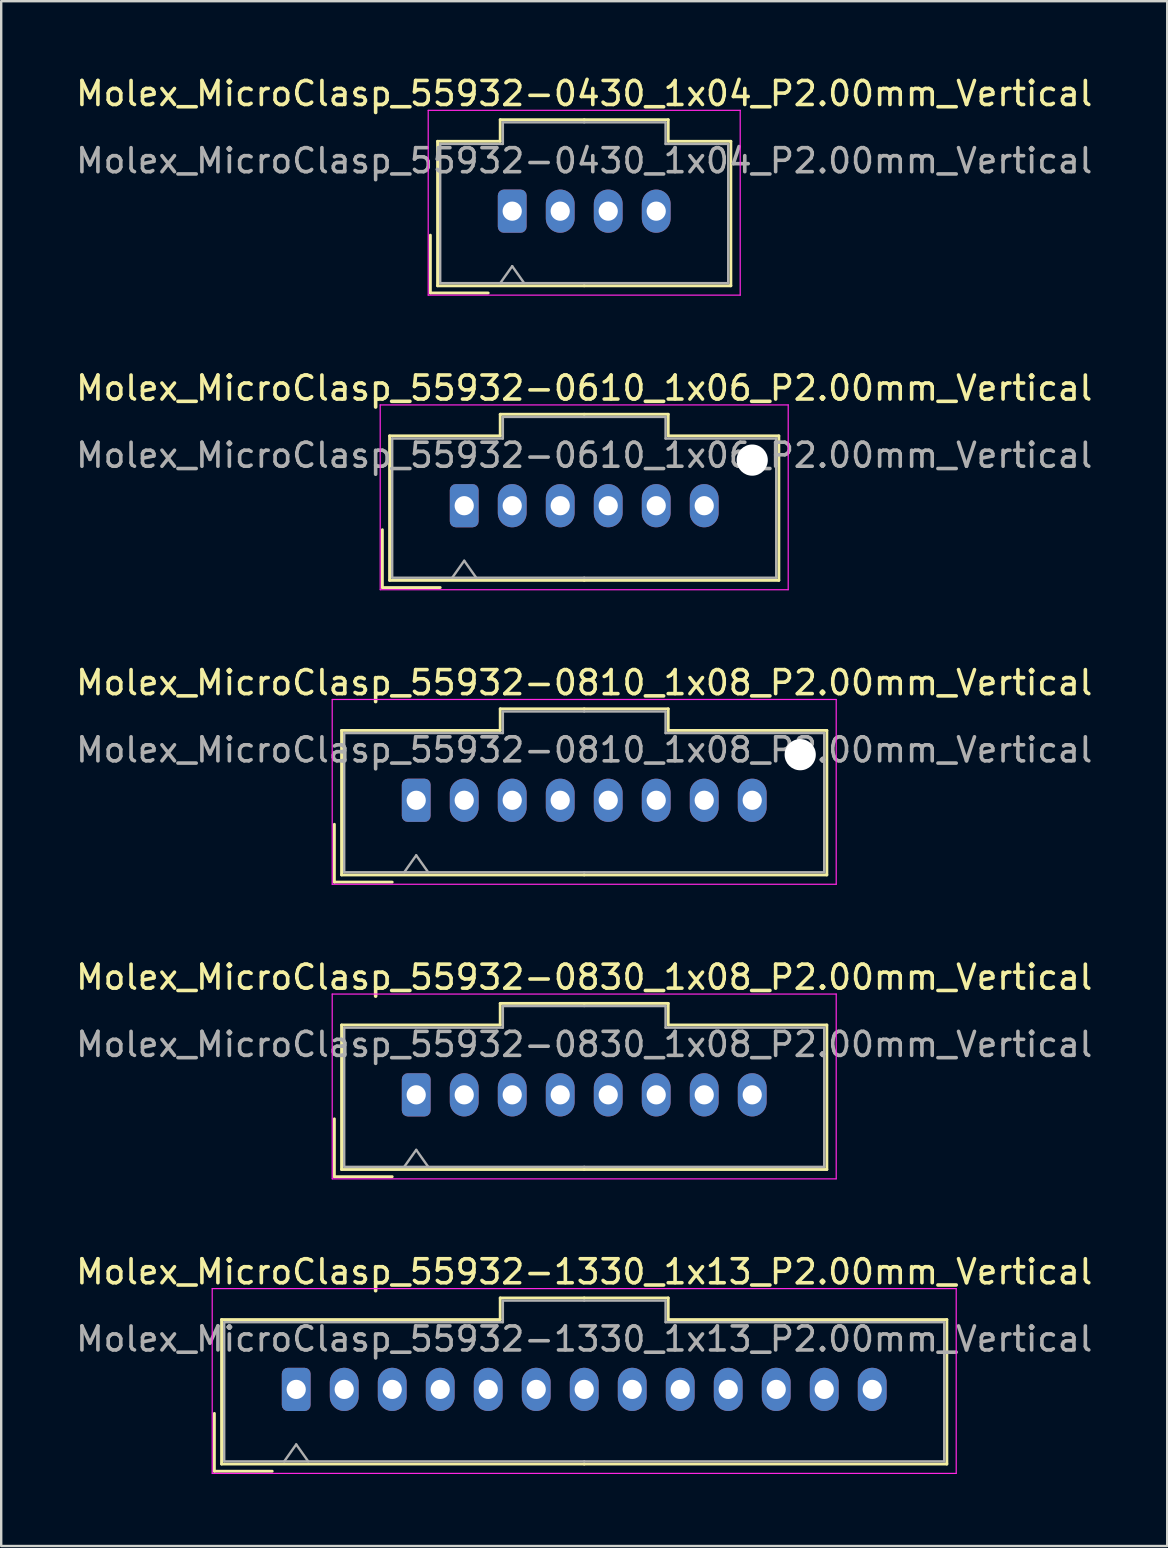
<source format=kicad_pcb>
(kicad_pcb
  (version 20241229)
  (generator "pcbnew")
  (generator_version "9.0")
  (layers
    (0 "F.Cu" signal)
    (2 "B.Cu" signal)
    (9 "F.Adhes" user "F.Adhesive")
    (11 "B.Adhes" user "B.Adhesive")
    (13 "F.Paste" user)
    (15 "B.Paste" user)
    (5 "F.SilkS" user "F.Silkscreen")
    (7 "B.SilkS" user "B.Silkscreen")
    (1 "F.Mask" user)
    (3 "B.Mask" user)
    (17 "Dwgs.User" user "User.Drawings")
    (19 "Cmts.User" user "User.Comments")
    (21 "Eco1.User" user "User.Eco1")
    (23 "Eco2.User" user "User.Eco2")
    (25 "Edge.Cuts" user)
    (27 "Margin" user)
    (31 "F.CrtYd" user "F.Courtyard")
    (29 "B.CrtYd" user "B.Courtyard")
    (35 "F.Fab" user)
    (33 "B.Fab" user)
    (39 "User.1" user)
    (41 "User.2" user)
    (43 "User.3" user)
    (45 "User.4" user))
  (footprint "Molex_MicroClasp_55932-0430_1x04_P2.00mm_Vertical"
    (layer "F.Cu")
    (at 18.292 5.748)
    (property "Reference" "Molex_MicroClasp_55932-0430_1x04_P2.00mm_Vertical" (at 3 -4.9 0) (layer "F.SilkS") (effects (font (size 1 1) (thickness 0.15))))
    (attr through_hole)
    (fp_line (start -3.41 1) (end -3.41 3.41) (stroke (width 0.12) (type solid)) (layer "F.SilkS"))
    (fp_line (start -3.41 3.41) (end -1 3.41) (stroke (width 0.12) (type solid)) (layer "F.SilkS"))
    (fp_line (start -3.11 -2.91) (end -3.11 3.11) (stroke (width 0.12) (type solid)) (layer "F.SilkS"))
    (fp_line (start -3.11 3.11) (end 3 3.11) (stroke (width 0.12) (type solid)) (layer "F.SilkS"))
    (fp_line (start -0.5 -3.81) (end -0.5 -2.91) (stroke (width 0.12) (type solid)) (layer "F.SilkS"))
    (fp_line (start -0.5 -2.91) (end -3.11 -2.91) (stroke (width 0.12) (type solid)) (layer "F.SilkS"))
    (fp_line (start 3 -3.81) (end -0.5 -3.81) (stroke (width 0.12) (type solid)) (layer "F.SilkS"))
    (fp_line (start 3 -3.81) (end 6.5 -3.81) (stroke (width 0.12) (type solid)) (layer "F.SilkS"))
    (fp_line (start 6.5 -3.81) (end 6.5 -2.91) (stroke (width 0.12) (type solid)) (layer "F.SilkS"))
    (fp_line (start 6.5 -2.91) (end 9.11 -2.91) (stroke (width 0.12) (type solid)) (layer "F.SilkS"))
    (fp_line (start 9.11 -2.91) (end 9.11 3.11) (stroke (width 0.12) (type solid)) (layer "F.SilkS"))
    (fp_line (start 9.11 3.11) (end 3 3.11) (stroke (width 0.12) (type solid)) (layer "F.SilkS"))
    (fp_line (start -3.5 -4.2) (end -3.5 3.5) (stroke (width 0.05) (type solid)) (layer "F.CrtYd"))
    (fp_line (start -3.5 3.5) (end 9.5 3.5) (stroke (width 0.05) (type solid)) (layer "F.CrtYd"))
    (fp_line (start 9.5 -4.2) (end -3.5 -4.2) (stroke (width 0.05) (type solid)) (layer "F.CrtYd"))
    (fp_line (start 9.5 3.5) (end 9.5 -4.2) (stroke (width 0.05) (type solid)) (layer "F.CrtYd"))
    (fp_line (start -3 -2.8) (end -3 3) (stroke (width 0.1) (type solid)) (layer "F.Fab"))
    (fp_line (start -3 3) (end 3 3) (stroke (width 0.1) (type solid)) (layer "F.Fab"))
    (fp_line (start -0.5 3) (end 0 2.293) (stroke (width 0.1) (type solid)) (layer "F.Fab"))
    (fp_line (start -0.39 -3.7) (end -0.39 -2.8) (stroke (width 0.1) (type solid)) (layer "F.Fab"))
    (fp_line (start -0.39 -2.8) (end -3 -2.8) (stroke (width 0.1) (type solid)) (layer "F.Fab"))
    (fp_line (start 0 2.293) (end 0.5 3) (stroke (width 0.1) (type solid)) (layer "F.Fab"))
    (fp_line (start 3 -3.7) (end -0.39 -3.7) (stroke (width 0.1) (type solid)) (layer "F.Fab"))
    (fp_line (start 3 -3.7) (end 6.39 -3.7) (stroke (width 0.1) (type solid)) (layer "F.Fab"))
    (fp_line (start 6.39 -3.7) (end 6.39 -2.8) (stroke (width 0.1) (type solid)) (layer "F.Fab"))
    (fp_line (start 6.39 -2.8) (end 9 -2.8) (stroke (width 0.1) (type solid)) (layer "F.Fab"))
    (fp_line (start 9 -2.8) (end 9 3) (stroke (width 0.1) (type solid)) (layer "F.Fab"))
    (fp_line (start 9 3) (end 3 3) (stroke (width 0.1) (type solid)) (layer "F.Fab"))
    (fp_text user "${REFERENCE}" (at 3 -2.1 0) (layer "F.Fab") (effects (font (size 1 1) (thickness 0.15))))
    (pad "1" thru_hole roundrect (at 0 0) (size 1.2 1.8) (drill 0.8) (layers "*.Cu" "*.Mask") (roundrect_rratio 0.208))
    (pad "2" thru_hole oval (at 2 0) (size 1.2 1.8) (drill 0.8) (layers "*.Cu" "*.Mask"))
    (pad "3" thru_hole oval (at 4 0) (size 1.2 1.8) (drill 0.8) (layers "*.Cu" "*.Mask"))
    (pad "4" thru_hole oval (at 6 0) (size 1.2 1.8) (drill 0.8) (layers "*.Cu" "*.Mask")))
  (footprint "Molex_MicroClasp_55932-0830_1x08_P2.00mm_Vertical"
    (layer "F.Cu")
    (at 14.292 42.568)
    (property "Reference" "Molex_MicroClasp_55932-0830_1x08_P2.00mm_Vertical" (at 7 -4.9 0) (layer "F.SilkS") (effects (font (size 1 1) (thickness 0.15))))
    (attr through_hole)
    (fp_line (start -3.41 1) (end -3.41 3.41) (stroke (width 0.12) (type solid)) (layer "F.SilkS"))
    (fp_line (start -3.41 3.41) (end -1 3.41) (stroke (width 0.12) (type solid)) (layer "F.SilkS"))
    (fp_line (start -3.11 -2.91) (end -3.11 3.11) (stroke (width 0.12) (type solid)) (layer "F.SilkS"))
    (fp_line (start -3.11 3.11) (end 7 3.11) (stroke (width 0.12) (type solid)) (layer "F.SilkS"))
    (fp_line (start 3.5 -3.81) (end 3.5 -2.91) (stroke (width 0.12) (type solid)) (layer "F.SilkS"))
    (fp_line (start 3.5 -2.91) (end -3.11 -2.91) (stroke (width 0.12) (type solid)) (layer "F.SilkS"))
    (fp_line (start 7 -3.81) (end 3.5 -3.81) (stroke (width 0.12) (type solid)) (layer "F.SilkS"))
    (fp_line (start 7 -3.81) (end 10.5 -3.81) (stroke (width 0.12) (type solid)) (layer "F.SilkS"))
    (fp_line (start 10.5 -3.81) (end 10.5 -2.91) (stroke (width 0.12) (type solid)) (layer "F.SilkS"))
    (fp_line (start 10.5 -2.91) (end 17.11 -2.91) (stroke (width 0.12) (type solid)) (layer "F.SilkS"))
    (fp_line (start 17.11 -2.91) (end 17.11 3.11) (stroke (width 0.12) (type solid)) (layer "F.SilkS"))
    (fp_line (start 17.11 3.11) (end 7 3.11) (stroke (width 0.12) (type solid)) (layer "F.SilkS"))
    (fp_line (start -3.5 -4.2) (end -3.5 3.5) (stroke (width 0.05) (type solid)) (layer "F.CrtYd"))
    (fp_line (start -3.5 3.5) (end 17.5 3.5) (stroke (width 0.05) (type solid)) (layer "F.CrtYd"))
    (fp_line (start 17.5 -4.2) (end -3.5 -4.2) (stroke (width 0.05) (type solid)) (layer "F.CrtYd"))
    (fp_line (start 17.5 3.5) (end 17.5 -4.2) (stroke (width 0.05) (type solid)) (layer "F.CrtYd"))
    (fp_line (start -3 -2.8) (end -3 3) (stroke (width 0.1) (type solid)) (layer "F.Fab"))
    (fp_line (start -3 3) (end 7 3) (stroke (width 0.1) (type solid)) (layer "F.Fab"))
    (fp_line (start -0.5 3) (end 0 2.293) (stroke (width 0.1) (type solid)) (layer "F.Fab"))
    (fp_line (start 0 2.293) (end 0.5 3) (stroke (width 0.1) (type solid)) (layer "F.Fab"))
    (fp_line (start 3.61 -3.7) (end 3.61 -2.8) (stroke (width 0.1) (type solid)) (layer "F.Fab"))
    (fp_line (start 3.61 -2.8) (end -3 -2.8) (stroke (width 0.1) (type solid)) (layer "F.Fab"))
    (fp_line (start 7 -3.7) (end 3.61 -3.7) (stroke (width 0.1) (type solid)) (layer "F.Fab"))
    (fp_line (start 7 -3.7) (end 10.39 -3.7) (stroke (width 0.1) (type solid)) (layer "F.Fab"))
    (fp_line (start 10.39 -3.7) (end 10.39 -2.8) (stroke (width 0.1) (type solid)) (layer "F.Fab"))
    (fp_line (start 10.39 -2.8) (end 17 -2.8) (stroke (width 0.1) (type solid)) (layer "F.Fab"))
    (fp_line (start 17 -2.8) (end 17 3) (stroke (width 0.1) (type solid)) (layer "F.Fab"))
    (fp_line (start 17 3) (end 7 3) (stroke (width 0.1) (type solid)) (layer "F.Fab"))
    (fp_text user "${REFERENCE}" (at 7 -2.1 0) (layer "F.Fab") (effects (font (size 1 1) (thickness 0.15))))
    (pad "1" thru_hole roundrect (at 0 0) (size 1.2 1.8) (drill 0.8) (layers "*.Cu" "*.Mask") (roundrect_rratio 0.208))
    (pad "2" thru_hole oval (at 2 0) (size 1.2 1.8) (drill 0.8) (layers "*.Cu" "*.Mask"))
    (pad "3" thru_hole oval (at 4 0) (size 1.2 1.8) (drill 0.8) (layers "*.Cu" "*.Mask"))
    (pad "4" thru_hole oval (at 6 0) (size 1.2 1.8) (drill 0.8) (layers "*.Cu" "*.Mask"))
    (pad "5" thru_hole oval (at 8 0) (size 1.2 1.8) (drill 0.8) (layers "*.Cu" "*.Mask"))
    (pad "6" thru_hole oval (at 10 0) (size 1.2 1.8) (drill 0.8) (layers "*.Cu" "*.Mask"))
    (pad "7" thru_hole oval (at 12 0) (size 1.2 1.8) (drill 0.8) (layers "*.Cu" "*.Mask"))
    (pad "8" thru_hole oval (at 14 0) (size 1.2 1.8) (drill 0.8) (layers "*.Cu" "*.Mask")))
  (footprint "Molex_MicroClasp_55932-0610_1x06_P2.00mm_Vertical"
    (layer "F.Cu")
    (at 16.292 18.021)
    (property "Reference" "Molex_MicroClasp_55932-0610_1x06_P2.00mm_Vertical" (at 5 -4.9 0) (layer "F.SilkS") (effects (font (size 1 1) (thickness 0.15))))
    (attr through_hole)
    (fp_line (start -3.41 1) (end -3.41 3.41) (stroke (width 0.12) (type solid)) (layer "F.SilkS"))
    (fp_line (start -3.41 3.41) (end -1 3.41) (stroke (width 0.12) (type solid)) (layer "F.SilkS"))
    (fp_line (start -3.11 -2.91) (end -3.11 3.11) (stroke (width 0.12) (type solid)) (layer "F.SilkS"))
    (fp_line (start -3.11 3.11) (end 5 3.11) (stroke (width 0.12) (type solid)) (layer "F.SilkS"))
    (fp_line (start 1.5 -3.81) (end 1.5 -2.91) (stroke (width 0.12) (type solid)) (layer "F.SilkS"))
    (fp_line (start 1.5 -2.91) (end -3.11 -2.91) (stroke (width 0.12) (type solid)) (layer "F.SilkS"))
    (fp_line (start 5 -3.81) (end 1.5 -3.81) (stroke (width 0.12) (type solid)) (layer "F.SilkS"))
    (fp_line (start 5 -3.81) (end 8.5 -3.81) (stroke (width 0.12) (type solid)) (layer "F.SilkS"))
    (fp_line (start 8.5 -3.81) (end 8.5 -2.91) (stroke (width 0.12) (type solid)) (layer "F.SilkS"))
    (fp_line (start 8.5 -2.91) (end 13.11 -2.91) (stroke (width 0.12) (type solid)) (layer "F.SilkS"))
    (fp_line (start 13.11 -2.91) (end 13.11 3.11) (stroke (width 0.12) (type solid)) (layer "F.SilkS"))
    (fp_line (start 13.11 3.11) (end 5 3.11) (stroke (width 0.12) (type solid)) (layer "F.SilkS"))
    (fp_line (start -3.5 -4.2) (end -3.5 3.5) (stroke (width 0.05) (type solid)) (layer "F.CrtYd"))
    (fp_line (start -3.5 3.5) (end 13.5 3.5) (stroke (width 0.05) (type solid)) (layer "F.CrtYd"))
    (fp_line (start 13.5 -4.2) (end -3.5 -4.2) (stroke (width 0.05) (type solid)) (layer "F.CrtYd"))
    (fp_line (start 13.5 3.5) (end 13.5 -4.2) (stroke (width 0.05) (type solid)) (layer "F.CrtYd"))
    (fp_line (start -3 -2.8) (end -3 3) (stroke (width 0.1) (type solid)) (layer "F.Fab"))
    (fp_line (start -3 3) (end 5 3) (stroke (width 0.1) (type solid)) (layer "F.Fab"))
    (fp_line (start -0.5 3) (end 0 2.293) (stroke (width 0.1) (type solid)) (layer "F.Fab"))
    (fp_line (start 0 2.293) (end 0.5 3) (stroke (width 0.1) (type solid)) (layer "F.Fab"))
    (fp_line (start 1.61 -3.7) (end 1.61 -2.8) (stroke (width 0.1) (type solid)) (layer "F.Fab"))
    (fp_line (start 1.61 -2.8) (end -3 -2.8) (stroke (width 0.1) (type solid)) (layer "F.Fab"))
    (fp_line (start 5 -3.7) (end 1.61 -3.7) (stroke (width 0.1) (type solid)) (layer "F.Fab"))
    (fp_line (start 5 -3.7) (end 8.39 -3.7) (stroke (width 0.1) (type solid)) (layer "F.Fab"))
    (fp_line (start 8.39 -3.7) (end 8.39 -2.8) (stroke (width 0.1) (type solid)) (layer "F.Fab"))
    (fp_line (start 8.39 -2.8) (end 13 -2.8) (stroke (width 0.1) (type solid)) (layer "F.Fab"))
    (fp_line (start 13 -2.8) (end 13 3) (stroke (width 0.1) (type solid)) (layer "F.Fab"))
    (fp_line (start 13 3) (end 5 3) (stroke (width 0.1) (type solid)) (layer "F.Fab"))
    (fp_text user "${REFERENCE}" (at 5 -2.1 0) (layer "F.Fab") (effects (font (size 1 1) (thickness 0.15))))
    (pad "" np_thru_hole circle (at 12 -1.9) (size 1.3 1.3) (drill 1.3) (layers "*.Cu" "*.Mask"))
    (pad "1" thru_hole roundrect (at 0 0) (size 1.2 1.8) (drill 0.8) (layers "*.Cu" "*.Mask") (roundrect_rratio 0.208))
    (pad "2" thru_hole oval (at 2 0) (size 1.2 1.8) (drill 0.8) (layers "*.Cu" "*.Mask"))
    (pad "3" thru_hole oval (at 4 0) (size 1.2 1.8) (drill 0.8) (layers "*.Cu" "*.Mask"))
    (pad "4" thru_hole oval (at 6 0) (size 1.2 1.8) (drill 0.8) (layers "*.Cu" "*.Mask"))
    (pad "5" thru_hole oval (at 8 0) (size 1.2 1.8) (drill 0.8) (layers "*.Cu" "*.Mask"))
    (pad "6" thru_hole oval (at 10 0) (size 1.2 1.8) (drill 0.8) (layers "*.Cu" "*.Mask")))
  (footprint "Molex_MicroClasp_55932-1330_1x13_P2.00mm_Vertical"
    (layer "F.Cu")
    (at 9.292 54.841)
    (property "Reference" "Molex_MicroClasp_55932-1330_1x13_P2.00mm_Vertical" (at 12 -4.9 0) (layer "F.SilkS") (effects (font (size 1 1) (thickness 0.15))))
    (attr through_hole)
    (fp_line (start -3.41 1) (end -3.41 3.41) (stroke (width 0.12) (type solid)) (layer "F.SilkS"))
    (fp_line (start -3.41 3.41) (end -1 3.41) (stroke (width 0.12) (type solid)) (layer "F.SilkS"))
    (fp_line (start -3.11 -2.91) (end -3.11 3.11) (stroke (width 0.12) (type solid)) (layer "F.SilkS"))
    (fp_line (start -3.11 3.11) (end 12 3.11) (stroke (width 0.12) (type solid)) (layer "F.SilkS"))
    (fp_line (start 8.5 -3.81) (end 8.5 -2.91) (stroke (width 0.12) (type solid)) (layer "F.SilkS"))
    (fp_line (start 8.5 -2.91) (end -3.11 -2.91) (stroke (width 0.12) (type solid)) (layer "F.SilkS"))
    (fp_line (start 12 -3.81) (end 8.5 -3.81) (stroke (width 0.12) (type solid)) (layer "F.SilkS"))
    (fp_line (start 12 -3.81) (end 15.5 -3.81) (stroke (width 0.12) (type solid)) (layer "F.SilkS"))
    (fp_line (start 15.5 -3.81) (end 15.5 -2.91) (stroke (width 0.12) (type solid)) (layer "F.SilkS"))
    (fp_line (start 15.5 -2.91) (end 27.11 -2.91) (stroke (width 0.12) (type solid)) (layer "F.SilkS"))
    (fp_line (start 27.11 -2.91) (end 27.11 3.11) (stroke (width 0.12) (type solid)) (layer "F.SilkS"))
    (fp_line (start 27.11 3.11) (end 12 3.11) (stroke (width 0.12) (type solid)) (layer "F.SilkS"))
    (fp_line (start -3.5 -4.2) (end -3.5 3.5) (stroke (width 0.05) (type solid)) (layer "F.CrtYd"))
    (fp_line (start -3.5 3.5) (end 27.5 3.5) (stroke (width 0.05) (type solid)) (layer "F.CrtYd"))
    (fp_line (start 27.5 -4.2) (end -3.5 -4.2) (stroke (width 0.05) (type solid)) (layer "F.CrtYd"))
    (fp_line (start 27.5 3.5) (end 27.5 -4.2) (stroke (width 0.05) (type solid)) (layer "F.CrtYd"))
    (fp_line (start -3 -2.8) (end -3 3) (stroke (width 0.1) (type solid)) (layer "F.Fab"))
    (fp_line (start -3 3) (end 12 3) (stroke (width 0.1) (type solid)) (layer "F.Fab"))
    (fp_line (start -0.5 3) (end 0 2.293) (stroke (width 0.1) (type solid)) (layer "F.Fab"))
    (fp_line (start 0 2.293) (end 0.5 3) (stroke (width 0.1) (type solid)) (layer "F.Fab"))
    (fp_line (start 8.61 -3.7) (end 8.61 -2.8) (stroke (width 0.1) (type solid)) (layer "F.Fab"))
    (fp_line (start 8.61 -2.8) (end -3 -2.8) (stroke (width 0.1) (type solid)) (layer "F.Fab"))
    (fp_line (start 12 -3.7) (end 8.61 -3.7) (stroke (width 0.1) (type solid)) (layer "F.Fab"))
    (fp_line (start 12 -3.7) (end 15.39 -3.7) (stroke (width 0.1) (type solid)) (layer "F.Fab"))
    (fp_line (start 15.39 -3.7) (end 15.39 -2.8) (stroke (width 0.1) (type solid)) (layer "F.Fab"))
    (fp_line (start 15.39 -2.8) (end 27 -2.8) (stroke (width 0.1) (type solid)) (layer "F.Fab"))
    (fp_line (start 27 -2.8) (end 27 3) (stroke (width 0.1) (type solid)) (layer "F.Fab"))
    (fp_line (start 27 3) (end 12 3) (stroke (width 0.1) (type solid)) (layer "F.Fab"))
    (fp_text user "${REFERENCE}" (at 12 -2.1 0) (layer "F.Fab") (effects (font (size 1 1) (thickness 0.15))))
    (pad "1" thru_hole roundrect (at 0 0) (size 1.2 1.8) (drill 0.8) (layers "*.Cu" "*.Mask") (roundrect_rratio 0.208))
    (pad "2" thru_hole oval (at 2 0) (size 1.2 1.8) (drill 0.8) (layers "*.Cu" "*.Mask"))
    (pad "3" thru_hole oval (at 4 0) (size 1.2 1.8) (drill 0.8) (layers "*.Cu" "*.Mask"))
    (pad "4" thru_hole oval (at 6 0) (size 1.2 1.8) (drill 0.8) (layers "*.Cu" "*.Mask"))
    (pad "5" thru_hole oval (at 8 0) (size 1.2 1.8) (drill 0.8) (layers "*.Cu" "*.Mask"))
    (pad "6" thru_hole oval (at 10 0) (size 1.2 1.8) (drill 0.8) (layers "*.Cu" "*.Mask"))
    (pad "7" thru_hole oval (at 12 0) (size 1.2 1.8) (drill 0.8) (layers "*.Cu" "*.Mask"))
    (pad "8" thru_hole oval (at 14 0) (size 1.2 1.8) (drill 0.8) (layers "*.Cu" "*.Mask"))
    (pad "9" thru_hole oval (at 16 0) (size 1.2 1.8) (drill 0.8) (layers "*.Cu" "*.Mask"))
    (pad "10" thru_hole oval (at 18 0) (size 1.2 1.8) (drill 0.8) (layers "*.Cu" "*.Mask"))
    (pad "11" thru_hole oval (at 20 0) (size 1.2 1.8) (drill 0.8) (layers "*.Cu" "*.Mask"))
    (pad "12" thru_hole oval (at 22 0) (size 1.2 1.8) (drill 0.8) (layers "*.Cu" "*.Mask"))
    (pad "13" thru_hole oval (at 24 0) (size 1.2 1.8) (drill 0.8) (layers "*.Cu" "*.Mask")))
  (footprint "Molex_MicroClasp_55932-0810_1x08_P2.00mm_Vertical"
    (layer "F.Cu")
    (at 14.292 30.295)
    (property "Reference" "Molex_MicroClasp_55932-0810_1x08_P2.00mm_Vertical" (at 7 -4.9 0) (layer "F.SilkS") (effects (font (size 1 1) (thickness 0.15))))
    (attr through_hole)
    (fp_line (start -3.41 1) (end -3.41 3.41) (stroke (width 0.12) (type solid)) (layer "F.SilkS"))
    (fp_line (start -3.41 3.41) (end -1 3.41) (stroke (width 0.12) (type solid)) (layer "F.SilkS"))
    (fp_line (start -3.11 -2.91) (end -3.11 3.11) (stroke (width 0.12) (type solid)) (layer "F.SilkS"))
    (fp_line (start -3.11 3.11) (end 7 3.11) (stroke (width 0.12) (type solid)) (layer "F.SilkS"))
    (fp_line (start 3.5 -3.81) (end 3.5 -2.91) (stroke (width 0.12) (type solid)) (layer "F.SilkS"))
    (fp_line (start 3.5 -2.91) (end -3.11 -2.91) (stroke (width 0.12) (type solid)) (layer "F.SilkS"))
    (fp_line (start 7 -3.81) (end 3.5 -3.81) (stroke (width 0.12) (type solid)) (layer "F.SilkS"))
    (fp_line (start 7 -3.81) (end 10.5 -3.81) (stroke (width 0.12) (type solid)) (layer "F.SilkS"))
    (fp_line (start 10.5 -3.81) (end 10.5 -2.91) (stroke (width 0.12) (type solid)) (layer "F.SilkS"))
    (fp_line (start 10.5 -2.91) (end 17.11 -2.91) (stroke (width 0.12) (type solid)) (layer "F.SilkS"))
    (fp_line (start 17.11 -2.91) (end 17.11 3.11) (stroke (width 0.12) (type solid)) (layer "F.SilkS"))
    (fp_line (start 17.11 3.11) (end 7 3.11) (stroke (width 0.12) (type solid)) (layer "F.SilkS"))
    (fp_line (start -3.5 -4.2) (end -3.5 3.5) (stroke (width 0.05) (type solid)) (layer "F.CrtYd"))
    (fp_line (start -3.5 3.5) (end 17.5 3.5) (stroke (width 0.05) (type solid)) (layer "F.CrtYd"))
    (fp_line (start 17.5 -4.2) (end -3.5 -4.2) (stroke (width 0.05) (type solid)) (layer "F.CrtYd"))
    (fp_line (start 17.5 3.5) (end 17.5 -4.2) (stroke (width 0.05) (type solid)) (layer "F.CrtYd"))
    (fp_line (start -3 -2.8) (end -3 3) (stroke (width 0.1) (type solid)) (layer "F.Fab"))
    (fp_line (start -3 3) (end 7 3) (stroke (width 0.1) (type solid)) (layer "F.Fab"))
    (fp_line (start -0.5 3) (end 0 2.293) (stroke (width 0.1) (type solid)) (layer "F.Fab"))
    (fp_line (start 0 2.293) (end 0.5 3) (stroke (width 0.1) (type solid)) (layer "F.Fab"))
    (fp_line (start 3.61 -3.7) (end 3.61 -2.8) (stroke (width 0.1) (type solid)) (layer "F.Fab"))
    (fp_line (start 3.61 -2.8) (end -3 -2.8) (stroke (width 0.1) (type solid)) (layer "F.Fab"))
    (fp_line (start 7 -3.7) (end 3.61 -3.7) (stroke (width 0.1) (type solid)) (layer "F.Fab"))
    (fp_line (start 7 -3.7) (end 10.39 -3.7) (stroke (width 0.1) (type solid)) (layer "F.Fab"))
    (fp_line (start 10.39 -3.7) (end 10.39 -2.8) (stroke (width 0.1) (type solid)) (layer "F.Fab"))
    (fp_line (start 10.39 -2.8) (end 17 -2.8) (stroke (width 0.1) (type solid)) (layer "F.Fab"))
    (fp_line (start 17 -2.8) (end 17 3) (stroke (width 0.1) (type solid)) (layer "F.Fab"))
    (fp_line (start 17 3) (end 7 3) (stroke (width 0.1) (type solid)) (layer "F.Fab"))
    (fp_text user "${REFERENCE}" (at 7 -2.1 0) (layer "F.Fab") (effects (font (size 1 1) (thickness 0.15))))
    (pad "" np_thru_hole circle (at 16 -1.9) (size 1.3 1.3) (drill 1.3) (layers "*.Cu" "*.Mask"))
    (pad "1" thru_hole roundrect (at 0 0) (size 1.2 1.8) (drill 0.8) (layers "*.Cu" "*.Mask") (roundrect_rratio 0.208))
    (pad "2" thru_hole oval (at 2 0) (size 1.2 1.8) (drill 0.8) (layers "*.Cu" "*.Mask"))
    (pad "3" thru_hole oval (at 4 0) (size 1.2 1.8) (drill 0.8) (layers "*.Cu" "*.Mask"))
    (pad "4" thru_hole oval (at 6 0) (size 1.2 1.8) (drill 0.8) (layers "*.Cu" "*.Mask"))
    (pad "5" thru_hole oval (at 8 0) (size 1.2 1.8) (drill 0.8) (layers "*.Cu" "*.Mask"))
    (pad "6" thru_hole oval (at 10 0) (size 1.2 1.8) (drill 0.8) (layers "*.Cu" "*.Mask"))
    (pad "7" thru_hole oval (at 12 0) (size 1.2 1.8) (drill 0.8) (layers "*.Cu" "*.Mask"))
    (pad "8" thru_hole oval (at 14 0) (size 1.2 1.8) (drill 0.8) (layers "*.Cu" "*.Mask")))
  (gr_rect
    (start -3 -3)
    (end 45.583 61.366)
    (stroke (width 0.1) (type default))
    (fill no)
    (layer "Edge.Cuts")))
</source>
